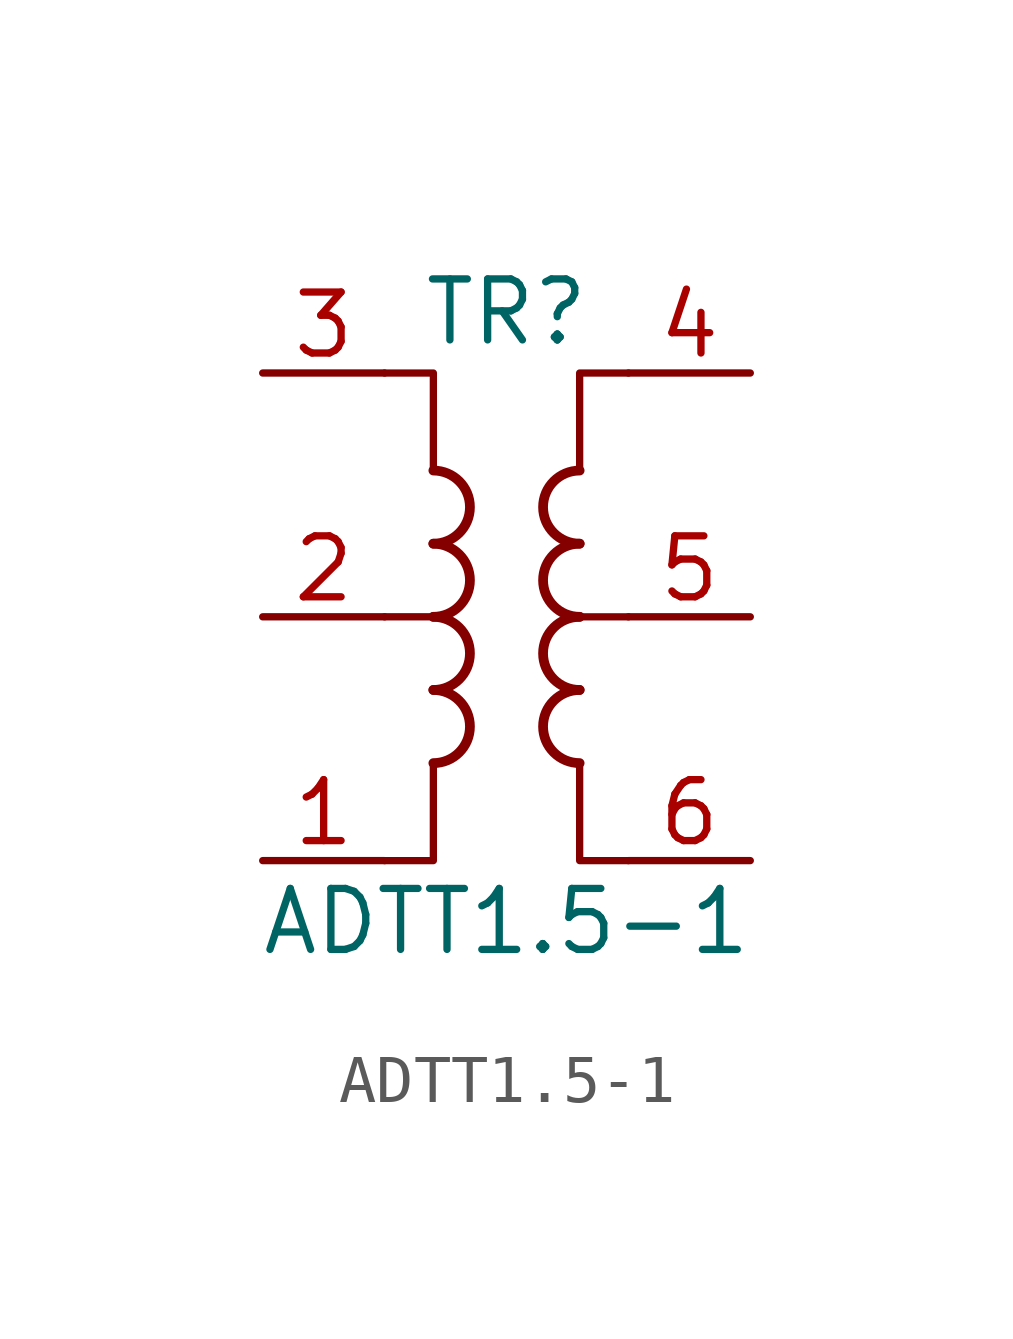
<source format=kicad_sym>
(kicad_symbol_lib
  (version 20220914)
  (generator kicad_symbol_editor)
  (symbol "ADTT1.5-1"
    (pin_names hide)
    (property "Reference" "TR"
      (at 0 6.35 0)
      (effects (font (size 1.27 1.27))))
    (property "Value" "ADTT1.5-1"
      (at 0 -6.35 0)
      (effects (font (size 1.27 1.27))))
    (symbol "ADTT1.5-1_0_1"
      (arc (start -1.524 -3.048) (mid -0.7653 -2.286) (end -1.524 -1.524) (stroke (width 0.2032) (type default)) (fill (type none)))
      (arc (start -1.524 -1.524) (mid -0.7653 -0.762) (end -1.524 0) (stroke (width 0.2032) (type default)) (fill (type none)))
      (arc (start -1.524 0) (mid -0.7653 0.762) (end -1.524 1.524) (stroke (width 0.2032) (type default)) (fill (type none)))
      (arc (start -1.524 1.524) (mid -0.7653 2.286) (end -1.524 3.048) (stroke (width 0.2032) (type default)) (fill (type none)))
      (polyline (pts (xy -2.54 0) (xy -1.27 0)) (stroke (width 0) (type default)) (fill (type none)))
      (polyline (pts (xy 2.54 0) (xy 1.27 0)) (stroke (width 0.152) (type default)) (fill (type none)))
      (polyline (pts (xy -2.54 5.08) (xy -1.524 5.08) (xy -1.524 3.048)) (stroke (width 0.152) (type default)) (fill (type none)))
      (polyline (pts (xy -1.524 -3.048) (xy -1.524 -5.08) (xy -2.54 -5.08)) (stroke (width 0.152) (type default)) (fill (type none)))
      (polyline (pts (xy 1.524 3.048) (xy 1.524 5.08) (xy 2.54 5.08)) (stroke (width 0.152) (type default)) (fill (type none)))
      (polyline (pts (xy 2.54 -5.08) (xy 1.524 -5.08) (xy 1.524 -3.048)) (stroke (width 0.152) (type default)) (fill (type none)))
      (arc (start 1.524 -1.524) (mid 0.7653 -2.286) (end 1.524 -3.048) (stroke (width 0.2032) (type default)) (fill (type none)))
      (arc (start 1.524 0) (mid 0.7653 -0.762) (end 1.524 -1.524) (stroke (width 0.2032) (type default)) (fill (type none)))
      (arc (start 1.524 1.524) (mid 0.7653 0.762) (end 1.524 0) (stroke (width 0.2032) (type default)) (fill (type none)))
      (arc (start 1.524 3.048) (mid 0.7653 2.286) (end 1.524 1.524) (stroke (width 0.2032) (type default)) (fill (type none))))
    (symbol "ADTT1.5-1_1_1"
      (pin passive line (at -5.08 -5.08 0) (length 2.54) (name "~" (effects (font (size 1.27 1.27)))) (number "1" (effects (font (size 1.27 1.27)))))
      (pin passive line (at -5.08 0 0) (length 2.54) (name "~" (effects (font (size 1.27 1.27)))) (number "2" (effects (font (size 1.27 1.27)))))
      (pin passive line (at -5.08 5.08 0) (length 2.54) (name "~" (effects (font (size 1.27 1.27)))) (number "3" (effects (font (size 1.27 1.27)))))
      (pin passive line (at 5.08 5.08 180) (length 2.54) (name "~" (effects (font (size 1.27 1.27)))) (number "4" (effects (font (size 1.27 1.27)))))
      (pin passive line (at 5.08 0 180) (length 2.54) (name "~" (effects (font (size 1.27 1.27)))) (number "5" (effects (font (size 1.27 1.27)))))
      (pin passive line (at 5.08 -5.08 180) (length 2.54) (name "~" (effects (font (size 1.27 1.27)))) (number "6" (effects (font (size 1.27 1.27))))))))
</source>
